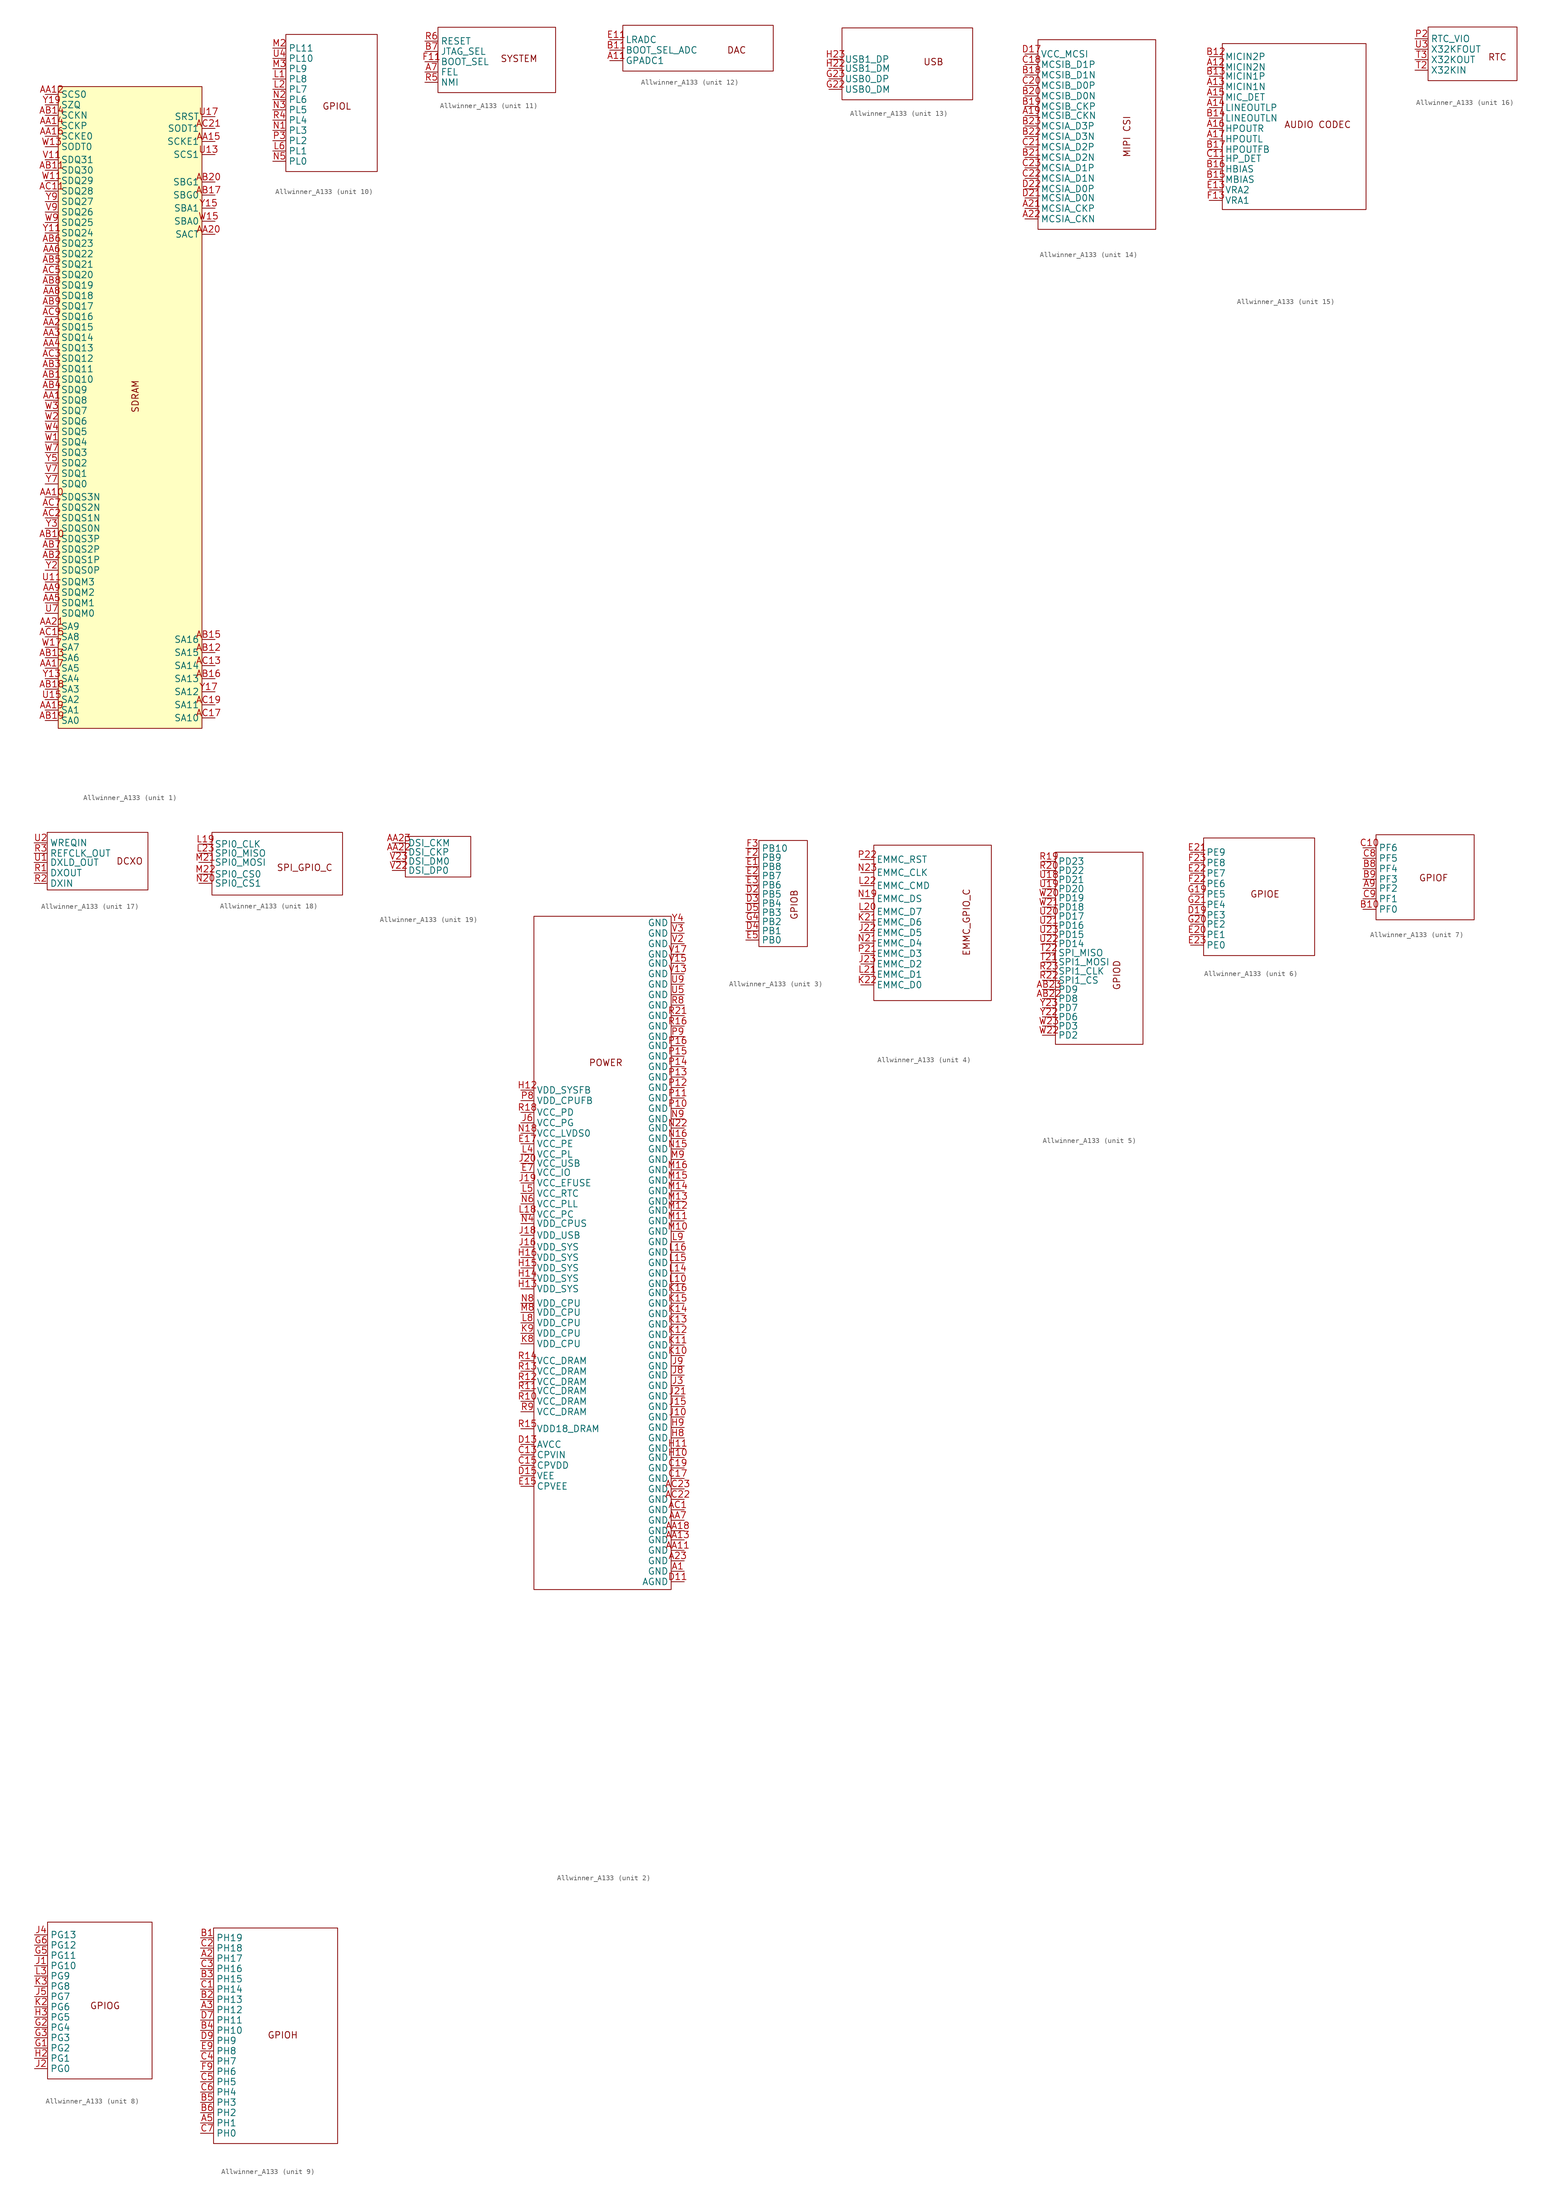
<source format=kicad_sym>
(kicad_symbol_lib
  (version 20241209)
  (generator "kicad_symbol_editor")
  (generator_version "9.0")
  (symbol "Allwinner_A133"
    (property "Reference" "U"
      (at -13.716 -64.262 0)
      (effects (font (size 1.27 1.27)) (hide yes)))
    (property "Value" ""
      (at 0 0 0)
      (effects (font (size 1.27 1.27))))
    (property "ki_locked" ""
      (at 0 0 0)
      (effects (font (size 1.27 1.27))))
    (symbol "Allwinner_A133_1_0"
      (pin output line (at -17.78 59.182 0) (length 2.54) (name "SCS0" (effects (font (size 1.27 1.27)))) (number "AA12" (effects (font (size 1.27 1.27)))))
      (pin output line (at -17.78 57.15 0) (length 2.54) (name "SZQ" (effects (font (size 1.27 1.27)))) (number "Y19" (effects (font (size 1.27 1.27)))))
      (pin output line (at -17.78 55.118 0) (length 2.54) (name "SCKN" (effects (font (size 1.27 1.27)))) (number "AB14" (effects (font (size 1.27 1.27)))))
      (pin output line (at -17.78 53.086 0) (length 2.54) (name "SCKP" (effects (font (size 1.27 1.27)))) (number "AA14" (effects (font (size 1.27 1.27)))))
      (pin output line (at -17.78 51.054 0) (length 2.54) (name "SCKE0" (effects (font (size 1.27 1.27)))) (number "AA16" (effects (font (size 1.27 1.27)))))
      (pin output line (at -17.78 49.022 0) (length 2.54) (name "SODT0" (effects (font (size 1.27 1.27)))) (number "W13" (effects (font (size 1.27 1.27)))))
      (pin bidirectional line (at -17.78 46.482 0) (length 2.54) (name "SDQ31" (effects (font (size 1.27 1.27)))) (number "V11" (effects (font (size 1.27 1.27)))))
      (pin bidirectional line (at -17.78 44.45 0) (length 2.54) (name "SDQ30" (effects (font (size 1.27 1.27)))) (number "AB11" (effects (font (size 1.27 1.27)))))
      (pin bidirectional line (at -17.78 42.418 0) (length 2.54) (name "SDQ29" (effects (font (size 1.27 1.27)))) (number "W11" (effects (font (size 1.27 1.27)))))
      (pin bidirectional line (at -17.78 40.386 0) (length 2.54) (name "SDQ28" (effects (font (size 1.27 1.27)))) (number "AC11" (effects (font (size 1.27 1.27)))))
      (pin bidirectional line (at -17.78 38.354 0) (length 2.54) (name "SDQ27" (effects (font (size 1.27 1.27)))) (number "Y9" (effects (font (size 1.27 1.27)))))
      (pin bidirectional line (at -17.78 36.322 0) (length 2.54) (name "SDQ26" (effects (font (size 1.27 1.27)))) (number "V9" (effects (font (size 1.27 1.27)))))
      (pin bidirectional line (at -17.78 34.29 0) (length 2.54) (name "SDQ25" (effects (font (size 1.27 1.27)))) (number "W9" (effects (font (size 1.27 1.27)))))
      (pin bidirectional line (at -17.78 32.258 0) (length 2.54) (name "SDQ24" (effects (font (size 1.27 1.27)))) (number "Y11" (effects (font (size 1.27 1.27)))))
      (pin bidirectional line (at -17.78 30.226 0) (length 2.54) (name "SDQ23" (effects (font (size 1.27 1.27)))) (number "AB6" (effects (font (size 1.27 1.27)))))
      (pin bidirectional line (at -17.78 28.194 0) (length 2.54) (name "SDQ22" (effects (font (size 1.27 1.27)))) (number "AA6" (effects (font (size 1.27 1.27)))))
      (pin bidirectional line (at -17.78 26.162 0) (length 2.54) (name "SDQ21" (effects (font (size 1.27 1.27)))) (number "AB5" (effects (font (size 1.27 1.27)))))
      (pin bidirectional line (at -17.78 24.13 0) (length 2.54) (name "SDQ20" (effects (font (size 1.27 1.27)))) (number "AC5" (effects (font (size 1.27 1.27)))))
      (pin bidirectional line (at -17.78 22.098 0) (length 2.54) (name "SDQ19" (effects (font (size 1.27 1.27)))) (number "AB8" (effects (font (size 1.27 1.27)))))
      (pin bidirectional line (at -17.78 20.066 0) (length 2.54) (name "SDQ18" (effects (font (size 1.27 1.27)))) (number "AA8" (effects (font (size 1.27 1.27)))))
      (pin bidirectional line (at -17.78 18.034 0) (length 2.54) (name "SDQ17" (effects (font (size 1.27 1.27)))) (number "AB9" (effects (font (size 1.27 1.27)))))
      (pin bidirectional line (at -17.78 16.002 0) (length 2.54) (name "SDQ16" (effects (font (size 1.27 1.27)))) (number "AC9" (effects (font (size 1.27 1.27)))))
      (pin bidirectional line (at -17.78 13.97 0) (length 2.54) (name "SDQ15" (effects (font (size 1.27 1.27)))) (number "AA2" (effects (font (size 1.27 1.27)))))
      (pin bidirectional line (at -17.78 11.938 0) (length 2.54) (name "SDQ14" (effects (font (size 1.27 1.27)))) (number "AA3" (effects (font (size 1.27 1.27)))))
      (pin bidirectional line (at -17.78 9.906 0) (length 2.54) (name "SDQ13" (effects (font (size 1.27 1.27)))) (number "AA4" (effects (font (size 1.27 1.27)))))
      (pin bidirectional line (at -17.78 7.874 0) (length 2.54) (name "SDQ12" (effects (font (size 1.27 1.27)))) (number "AC3" (effects (font (size 1.27 1.27)))))
      (pin bidirectional line (at -17.78 5.842 0) (length 2.54) (name "SDQ11" (effects (font (size 1.27 1.27)))) (number "AB3" (effects (font (size 1.27 1.27)))))
      (pin bidirectional line (at -17.78 3.81 0) (length 2.54) (name "SDQ10" (effects (font (size 1.27 1.27)))) (number "AB1" (effects (font (size 1.27 1.27)))))
      (pin bidirectional line (at -17.78 1.778 0) (length 2.54) (name "SDQ9" (effects (font (size 1.27 1.27)))) (number "AB4" (effects (font (size 1.27 1.27)))))
      (pin bidirectional line (at -17.78 -0.254 0) (length 2.54) (name "SDQ8" (effects (font (size 1.27 1.27)))) (number "AA1" (effects (font (size 1.27 1.27)))))
      (pin bidirectional line (at -17.78 -2.286 0) (length 2.54) (name "SDQ7" (effects (font (size 1.27 1.27)))) (number "W3" (effects (font (size 1.27 1.27)))))
      (pin bidirectional line (at -17.78 -4.318 0) (length 2.54) (name "SDQ6" (effects (font (size 1.27 1.27)))) (number "W2" (effects (font (size 1.27 1.27)))))
      (pin bidirectional line (at -17.78 -6.35 0) (length 2.54) (name "SDQ5" (effects (font (size 1.27 1.27)))) (number "W4" (effects (font (size 1.27 1.27)))))
      (pin bidirectional line (at -17.78 -8.382 0) (length 2.54) (name "SDQ4" (effects (font (size 1.27 1.27)))) (number "W1" (effects (font (size 1.27 1.27)))))
      (pin bidirectional line (at -17.78 -10.414 0) (length 2.54) (name "SDQ3" (effects (font (size 1.27 1.27)))) (number "W7" (effects (font (size 1.27 1.27)))))
      (pin bidirectional line (at -17.78 -12.446 0) (length 2.54) (name "SDQ2" (effects (font (size 1.27 1.27)))) (number "Y5" (effects (font (size 1.27 1.27)))))
      (pin bidirectional line (at -17.78 -14.478 0) (length 2.54) (name "SDQ1" (effects (font (size 1.27 1.27)))) (number "V7" (effects (font (size 1.27 1.27)))))
      (pin bidirectional line (at -17.78 -16.51 0) (length 2.54) (name "SDQ0" (effects (font (size 1.27 1.27)))) (number "Y7" (effects (font (size 1.27 1.27)))))
      (pin bidirectional line (at -17.78 -19.05 0) (length 2.54) (name "SDQS3N" (effects (font (size 1.27 1.27)))) (number "AA10" (effects (font (size 1.27 1.27)))))
      (pin bidirectional line (at -17.78 -21.082 0) (length 2.54) (name "SDQS2N" (effects (font (size 1.27 1.27)))) (number "AC7" (effects (font (size 1.27 1.27)))))
      (pin bidirectional line (at -17.78 -23.114 0) (length 2.54) (name "SDQS1N" (effects (font (size 1.27 1.27)))) (number "AC2" (effects (font (size 1.27 1.27)))))
      (pin bidirectional line (at -17.78 -25.146 0) (length 2.54) (name "SDQS0N" (effects (font (size 1.27 1.27)))) (number "Y3" (effects (font (size 1.27 1.27)))))
      (pin bidirectional line (at -17.78 -27.178 0) (length 2.54) (name "SDQS3P" (effects (font (size 1.27 1.27)))) (number "AB10" (effects (font (size 1.27 1.27)))))
      (pin bidirectional line (at -17.78 -29.21 0) (length 2.54) (name "SDQS2P" (effects (font (size 1.27 1.27)))) (number "AB7" (effects (font (size 1.27 1.27)))))
      (pin bidirectional line (at -17.78 -31.242 0) (length 2.54) (name "SDQS1P" (effects (font (size 1.27 1.27)))) (number "AB2" (effects (font (size 1.27 1.27)))))
      (pin bidirectional line (at -17.78 -33.274 0) (length 2.54) (name "SDQS0P" (effects (font (size 1.27 1.27)))) (number "Y2" (effects (font (size 1.27 1.27)))))
      (pin output line (at -17.78 -35.56 0) (length 2.54) (name "SDQM3" (effects (font (size 1.27 1.27)))) (number "U11" (effects (font (size 1.27 1.27)))))
      (pin output line (at -17.78 -37.592 0) (length 2.54) (name "SDQM2" (effects (font (size 1.27 1.27)))) (number "AA9" (effects (font (size 1.27 1.27)))))
      (pin output line (at -17.78 -39.624 0) (length 2.54) (name "SDQM1" (effects (font (size 1.27 1.27)))) (number "AA5" (effects (font (size 1.27 1.27)))))
      (pin output line (at -17.78 -41.656 0) (length 2.54) (name "SDQM0" (effects (font (size 1.27 1.27)))) (number "U7" (effects (font (size 1.27 1.27)))))
      (pin output line (at -17.78 -44.196 0) (length 2.54) (name "SA9" (effects (font (size 1.27 1.27)))) (number "AA21" (effects (font (size 1.27 1.27)))))
      (pin output line (at -17.78 -46.228 0) (length 2.54) (name "SA8" (effects (font (size 1.27 1.27)))) (number "AC15" (effects (font (size 1.27 1.27)))))
      (pin output line (at -17.78 -48.26 0) (length 2.54) (name "SA7" (effects (font (size 1.27 1.27)))) (number "W17" (effects (font (size 1.27 1.27)))))
      (pin output line (at -17.78 -50.292 0) (length 2.54) (name "SA6" (effects (font (size 1.27 1.27)))) (number "AB13" (effects (font (size 1.27 1.27)))))
      (pin output line (at -17.78 -52.324 0) (length 2.54) (name "SA5" (effects (font (size 1.27 1.27)))) (number "AA17" (effects (font (size 1.27 1.27)))))
      (pin output line (at -17.78 -54.356 0) (length 2.54) (name "SA4" (effects (font (size 1.27 1.27)))) (number "Y13" (effects (font (size 1.27 1.27)))))
      (pin output line (at -17.78 -56.388 0) (length 2.54) (name "SA3" (effects (font (size 1.27 1.27)))) (number "AB18" (effects (font (size 1.27 1.27)))))
      (pin output line (at -17.78 -58.42 0) (length 2.54) (name "SA2" (effects (font (size 1.27 1.27)))) (number "U15" (effects (font (size 1.27 1.27)))))
      (pin output line (at -17.78 -60.452 0) (length 2.54) (name "SA1" (effects (font (size 1.27 1.27)))) (number "AA19" (effects (font (size 1.27 1.27)))))
      (pin output line (at -17.78 -62.484 0) (length 2.54) (name "SA0" (effects (font (size 1.27 1.27)))) (number "AB19" (effects (font (size 1.27 1.27)))))
      (pin output line (at 15.24 54.864 180) (length 2.54) (name "SRST" (effects (font (size 1.27 1.27)))) (number "U17" (effects (font (size 1.27 1.27)))))
      (pin output line (at 15.24 52.578 180) (length 2.54) (name "SODT1" (effects (font (size 1.27 1.27)))) (number "AC21" (effects (font (size 1.27 1.27)))))
      (pin output line (at 15.24 50.038 180) (length 2.54) (name "SCKE1" (effects (font (size 1.27 1.27)))) (number "AA15" (effects (font (size 1.27 1.27)))))
      (pin output line (at 15.24 47.498 180) (length 2.54) (name "SCS1" (effects (font (size 1.27 1.27)))) (number "U13" (effects (font (size 1.27 1.27)))))
      (pin output line (at 15.24 42.164 180) (length 2.54) (name "SBG1" (effects (font (size 1.27 1.27)))) (number "AB20" (effects (font (size 1.27 1.27)))))
      (pin output line (at 15.24 39.624 180) (length 2.54) (name "SBG0" (effects (font (size 1.27 1.27)))) (number "AB17" (effects (font (size 1.27 1.27)))))
      (pin output line (at 15.24 37.084 180) (length 2.54) (name "SBA1" (effects (font (size 1.27 1.27)))) (number "Y15" (effects (font (size 1.27 1.27)))))
      (pin output line (at 15.24 34.544 180) (length 2.54) (name "SBA0" (effects (font (size 1.27 1.27)))) (number "W15" (effects (font (size 1.27 1.27)))))
      (pin output line (at 15.24 32.004 180) (length 2.54) (name "SACT" (effects (font (size 1.27 1.27)))) (number "AA20" (effects (font (size 1.27 1.27)))))
      (pin output line (at 15.24 -46.736 180) (length 2.54) (name "SA16" (effects (font (size 1.27 1.27)))) (number "AB15" (effects (font (size 1.27 1.27)))))
      (pin output line (at 15.24 -49.276 180) (length 2.54) (name "SA15" (effects (font (size 1.27 1.27)))) (number "AB12" (effects (font (size 1.27 1.27)))))
      (pin output line (at 15.24 -51.816 180) (length 2.54) (name "SA14" (effects (font (size 1.27 1.27)))) (number "AC13" (effects (font (size 1.27 1.27)))))
      (pin output line (at 15.24 -54.356 180) (length 2.54) (name "SA13" (effects (font (size 1.27 1.27)))) (number "AB16" (effects (font (size 1.27 1.27)))))
      (pin output line (at 15.24 -56.896 180) (length 2.54) (name "SA12" (effects (font (size 1.27 1.27)))) (number "Y17" (effects (font (size 1.27 1.27)))))
      (pin output line (at 15.24 -59.436 180) (length 2.54) (name "SA11" (effects (font (size 1.27 1.27)))) (number "AC19" (effects (font (size 1.27 1.27)))))
      (pin output line (at 15.24 -61.976 180) (length 2.54) (name "SA10" (effects (font (size 1.27 1.27)))) (number "AC17" (effects (font (size 1.27 1.27))))))
    (symbol "Allwinner_A133_1_1"
      (rectangle (start -15.24 60.706) (end 12.7 -64.008) (stroke (width 0) (type solid)) (fill (type background)))
      (text "SDRAM" (at -0.254 0.508 900) (effects (font (size 1.27 1.27)))))
    (symbol "Allwinner_A133_2_0"
      (rectangle (start -13.97 168.656) (end 12.7 37.846) (stroke (width 0) (type default)) (fill (type none)))
      (text "POWER" (at 0 140.208 0) (effects (font (size 1.27 1.27))))
      (pin bidirectional line (at -16.51 134.874 0) (length 2.54) (name "VDD_SYSFB" (effects (font (size 1.27 1.27)))) (number "H12" (effects (font (size 1.27 1.27)))))
      (pin bidirectional line (at -16.51 132.842 0) (length 2.54) (name "VDD_CPUFB" (effects (font (size 1.27 1.27)))) (number "P8" (effects (font (size 1.27 1.27)))))
      (pin bidirectional line (at -16.51 130.556 0) (length 2.54) (name "VCC_PD" (effects (font (size 1.27 1.27)))) (number "R18" (effects (font (size 1.27 1.27)))))
      (pin bidirectional line (at -16.51 128.524 0) (length 2.54) (name "VCC_PG" (effects (font (size 1.27 1.27)))) (number "J6" (effects (font (size 1.27 1.27)))))
      (pin bidirectional line (at -16.51 126.492 0) (length 2.54) (name "VCC_LVDS0" (effects (font (size 1.27 1.27)))) (number "N18" (effects (font (size 1.27 1.27)))))
      (pin bidirectional line (at -16.51 124.46 0) (length 2.54) (name "VCC_PE" (effects (font (size 1.27 1.27)))) (number "E17" (effects (font (size 1.27 1.27)))))
      (pin bidirectional line (at -16.51 122.428 0) (length 2.54) (name "VCC_PL" (effects (font (size 1.27 1.27)))) (number "L4" (effects (font (size 1.27 1.27)))))
      (pin power_in line (at -16.51 120.65 0) (length 2.54) (name "VCC_USB" (effects (font (size 1.27 1.27)))) (number "J20" (effects (font (size 1.27 1.27)))))
      (pin bidirectional line (at -16.51 118.872 0) (length 2.54) (name "VCC_IO" (effects (font (size 1.27 1.27)))) (number "E7" (effects (font (size 1.27 1.27)))))
      (pin bidirectional line (at -16.51 116.84 0) (length 2.54) (name "VCC_EFUSE" (effects (font (size 1.27 1.27)))) (number "J19" (effects (font (size 1.27 1.27)))))
      (pin bidirectional line (at -16.51 114.808 0) (length 2.54) (name "VCC_RTC" (effects (font (size 1.27 1.27)))) (number "L5" (effects (font (size 1.27 1.27)))))
      (pin bidirectional line (at -16.51 112.776 0) (length 2.54) (name "VCC_PLL" (effects (font (size 1.27 1.27)))) (number "N6" (effects (font (size 1.27 1.27)))))
      (pin bidirectional line (at -16.51 110.744 0) (length 2.54) (name "VCC_PC" (effects (font (size 1.27 1.27)))) (number "L18" (effects (font (size 1.27 1.27)))))
      (pin bidirectional line (at -16.51 108.966 0) (length 2.54) (name "VDD_CPUS" (effects (font (size 1.27 1.27)))) (number "N4" (effects (font (size 1.27 1.27)))))
      (pin power_in line (at -16.51 106.68 0) (length 2.54) (name "VDD_USB" (effects (font (size 1.27 1.27)))) (number "J18" (effects (font (size 1.27 1.27)))))
      (pin bidirectional line (at -16.51 104.394 0) (length 2.54) (name "VDD_SYS" (effects (font (size 1.27 1.27)))) (number "J16" (effects (font (size 1.27 1.27)))))
      (pin bidirectional line (at -16.51 102.362 0) (length 2.54) (name "VDD_SYS" (effects (font (size 1.27 1.27)))) (number "H16" (effects (font (size 1.27 1.27)))))
      (pin bidirectional line (at -16.51 100.33 0) (length 2.54) (name "VDD_SYS" (effects (font (size 1.27 1.27)))) (number "H15" (effects (font (size 1.27 1.27)))))
      (pin bidirectional line (at -16.51 98.298 0) (length 2.54) (name "VDD_SYS" (effects (font (size 1.27 1.27)))) (number "H14" (effects (font (size 1.27 1.27)))))
      (pin bidirectional line (at -16.51 96.266 0) (length 2.54) (name "VDD_SYS" (effects (font (size 1.27 1.27)))) (number "H13" (effects (font (size 1.27 1.27)))))
      (pin bidirectional line (at -16.51 93.472 0) (length 2.54) (name "VDD_CPU" (effects (font (size 1.27 1.27)))) (number "N8" (effects (font (size 1.27 1.27)))))
      (pin bidirectional line (at -16.51 91.694 0) (length 2.54) (name "VDD_CPU" (effects (font (size 1.27 1.27)))) (number "M8" (effects (font (size 1.27 1.27)))))
      (pin bidirectional line (at -16.51 89.662 0) (length 2.54) (name "VDD_CPU" (effects (font (size 1.27 1.27)))) (number "L8" (effects (font (size 1.27 1.27)))))
      (pin bidirectional line (at -16.51 87.63 0) (length 2.54) (name "VDD_CPU" (effects (font (size 1.27 1.27)))) (number "K9" (effects (font (size 1.27 1.27)))))
      (pin bidirectional line (at -16.51 85.598 0) (length 2.54) (name "VDD_CPU" (effects (font (size 1.27 1.27)))) (number "K8" (effects (font (size 1.27 1.27)))))
      (pin bidirectional line (at -16.51 82.296 0) (length 2.54) (name "VCC_DRAM" (effects (font (size 1.27 1.27)))) (number "R14" (effects (font (size 1.27 1.27)))))
      (pin bidirectional line (at -16.51 80.264 0) (length 2.54) (name "VCC_DRAM" (effects (font (size 1.27 1.27)))) (number "R13" (effects (font (size 1.27 1.27)))))
      (pin bidirectional line (at -16.51 78.232 0) (length 2.54) (name "VCC_DRAM" (effects (font (size 1.27 1.27)))) (number "R12" (effects (font (size 1.27 1.27)))))
      (pin bidirectional line (at -16.51 76.454 0) (length 2.54) (name "VCC_DRAM" (effects (font (size 1.27 1.27)))) (number "R11" (effects (font (size 1.27 1.27)))))
      (pin bidirectional line (at -16.51 74.422 0) (length 2.54) (name "VCC_DRAM" (effects (font (size 1.27 1.27)))) (number "R10" (effects (font (size 1.27 1.27)))))
      (pin bidirectional line (at -16.51 72.39 0) (length 2.54) (name "VCC_DRAM" (effects (font (size 1.27 1.27)))) (number "R9" (effects (font (size 1.27 1.27)))))
      (pin bidirectional line (at -16.51 69.088 0) (length 2.54) (name "VDD18_DRAM" (effects (font (size 1.27 1.27)))) (number "R15" (effects (font (size 1.27 1.27)))))
      (pin bidirectional line (at -16.51 66.04 0) (length 2.54) (name "AVCC" (effects (font (size 1.27 1.27)))) (number "D13" (effects (font (size 1.27 1.27)))))
      (pin bidirectional line (at -16.51 64.008 0) (length 2.54) (name "CPVIN" (effects (font (size 1.27 1.27)))) (number "C13" (effects (font (size 1.27 1.27)))))
      (pin bidirectional line (at -16.51 61.976 0) (length 2.54) (name "CPVDD" (effects (font (size 1.27 1.27)))) (number "C15" (effects (font (size 1.27 1.27)))))
      (pin bidirectional line (at -16.51 59.944 0) (length 2.54) (name "VEE" (effects (font (size 1.27 1.27)))) (number "D15" (effects (font (size 1.27 1.27)))))
      (pin bidirectional line (at -16.51 57.912 0) (length 2.54) (name "CPVEE" (effects (font (size 1.27 1.27)))) (number "E15" (effects (font (size 1.27 1.27)))))
      (pin power_in line (at 15.24 167.386 180) (length 2.54) (name "GND" (effects (font (size 1.27 1.27)))) (number "Y4" (effects (font (size 1.27 1.27)))))
      (pin power_in line (at 15.24 165.354 180) (length 2.54) (name "GND" (effects (font (size 1.27 1.27)))) (number "V3" (effects (font (size 1.27 1.27)))))
      (pin power_in line (at 15.24 163.322 180) (length 2.54) (name "GND" (effects (font (size 1.27 1.27)))) (number "V2" (effects (font (size 1.27 1.27)))))
      (pin power_in line (at 15.24 161.29 180) (length 2.54) (name "GND" (effects (font (size 1.27 1.27)))) (number "V17" (effects (font (size 1.27 1.27)))))
      (pin power_in line (at 15.24 159.512 180) (length 2.54) (name "GND" (effects (font (size 1.27 1.27)))) (number "V15" (effects (font (size 1.27 1.27)))))
      (pin power_in line (at 15.24 157.48 180) (length 2.54) (name "GND" (effects (font (size 1.27 1.27)))) (number "V13" (effects (font (size 1.27 1.27)))))
      (pin power_in line (at 15.24 155.448 180) (length 2.54) (name "GND" (effects (font (size 1.27 1.27)))) (number "U9" (effects (font (size 1.27 1.27)))))
      (pin power_in line (at 15.24 153.416 180) (length 2.54) (name "GND" (effects (font (size 1.27 1.27)))) (number "U5" (effects (font (size 1.27 1.27)))))
      (pin power_in line (at 15.24 151.384 180) (length 2.54) (name "GND" (effects (font (size 1.27 1.27)))) (number "R8" (effects (font (size 1.27 1.27)))))
      (pin power_in line (at 15.24 149.352 180) (length 2.54) (name "GND" (effects (font (size 1.27 1.27)))) (number "R21" (effects (font (size 1.27 1.27)))))
      (pin power_in line (at 15.24 147.32 180) (length 2.54) (name "GND" (effects (font (size 1.27 1.27)))) (number "R16" (effects (font (size 1.27 1.27)))))
      (pin power_in line (at 15.24 145.288 180) (length 2.54) (name "GND" (effects (font (size 1.27 1.27)))) (number "P9" (effects (font (size 1.27 1.27)))))
      (pin power_in line (at 15.24 143.51 180) (length 2.54) (name "GND" (effects (font (size 1.27 1.27)))) (number "P16" (effects (font (size 1.27 1.27)))))
      (pin power_in line (at 15.24 141.478 180) (length 2.54) (name "GND" (effects (font (size 1.27 1.27)))) (number "P15" (effects (font (size 1.27 1.27)))))
      (pin power_in line (at 15.24 139.446 180) (length 2.54) (name "GND" (effects (font (size 1.27 1.27)))) (number "P14" (effects (font (size 1.27 1.27)))))
      (pin power_in line (at 15.24 137.414 180) (length 2.54) (name "GND" (effects (font (size 1.27 1.27)))) (number "P13" (effects (font (size 1.27 1.27)))))
      (pin power_in line (at 15.24 135.382 180) (length 2.54) (name "GND" (effects (font (size 1.27 1.27)))) (number "P12" (effects (font (size 1.27 1.27)))))
      (pin power_in line (at 15.24 133.35 180) (length 2.54) (name "GND" (effects (font (size 1.27 1.27)))) (number "P11" (effects (font (size 1.27 1.27)))))
      (pin power_in line (at 15.24 131.318 180) (length 2.54) (name "GND" (effects (font (size 1.27 1.27)))) (number "P10" (effects (font (size 1.27 1.27)))))
      (pin power_in line (at 15.24 129.286 180) (length 2.54) (name "GND" (effects (font (size 1.27 1.27)))) (number "N9" (effects (font (size 1.27 1.27)))))
      (pin power_in line (at 15.24 127.508 180) (length 2.54) (name "GND" (effects (font (size 1.27 1.27)))) (number "N22" (effects (font (size 1.27 1.27)))))
      (pin power_in line (at 15.24 125.476 180) (length 2.54) (name "GND" (effects (font (size 1.27 1.27)))) (number "N16" (effects (font (size 1.27 1.27)))))
      (pin power_in line (at 15.24 123.444 180) (length 2.54) (name "GND" (effects (font (size 1.27 1.27)))) (number "N15" (effects (font (size 1.27 1.27)))))
      (pin power_in line (at 15.24 121.412 180) (length 2.54) (name "GND" (effects (font (size 1.27 1.27)))) (number "M9" (effects (font (size 1.27 1.27)))))
      (pin power_in line (at 15.24 119.38 180) (length 2.54) (name "GND" (effects (font (size 1.27 1.27)))) (number "M16" (effects (font (size 1.27 1.27)))))
      (pin power_in line (at 15.24 117.348 180) (length 2.54) (name "GND" (effects (font (size 1.27 1.27)))) (number "M15" (effects (font (size 1.27 1.27)))))
      (pin power_in line (at 15.24 115.316 180) (length 2.54) (name "GND" (effects (font (size 1.27 1.27)))) (number "M14" (effects (font (size 1.27 1.27)))))
      (pin power_in line (at 15.24 113.284 180) (length 2.54) (name "GND" (effects (font (size 1.27 1.27)))) (number "M13" (effects (font (size 1.27 1.27)))))
      (pin power_in line (at 15.24 111.506 180) (length 2.54) (name "GND" (effects (font (size 1.27 1.27)))) (number "M12" (effects (font (size 1.27 1.27)))))
      (pin power_in line (at 15.24 109.474 180) (length 2.54) (name "GND" (effects (font (size 1.27 1.27)))) (number "M11" (effects (font (size 1.27 1.27)))))
      (pin power_in line (at 15.24 107.442 180) (length 2.54) (name "GND" (effects (font (size 1.27 1.27)))) (number "M10" (effects (font (size 1.27 1.27)))))
      (pin power_in line (at 15.24 105.41 180) (length 2.54) (name "GND" (effects (font (size 1.27 1.27)))) (number "L9" (effects (font (size 1.27 1.27)))))
      (pin power_in line (at 15.24 103.378 180) (length 2.54) (name "GND" (effects (font (size 1.27 1.27)))) (number "L16" (effects (font (size 1.27 1.27)))))
      (pin power_in line (at 15.24 101.346 180) (length 2.54) (name "GND" (effects (font (size 1.27 1.27)))) (number "L15" (effects (font (size 1.27 1.27)))))
      (pin power_in line (at 15.24 99.314 180) (length 2.54) (name "GND" (effects (font (size 1.27 1.27)))) (number "L14" (effects (font (size 1.27 1.27)))))
      (pin power_in line (at 15.24 97.282 180) (length 2.54) (name "GND" (effects (font (size 1.27 1.27)))) (number "L10" (effects (font (size 1.27 1.27)))))
      (pin power_in line (at 15.24 95.504 180) (length 2.54) (name "GND" (effects (font (size 1.27 1.27)))) (number "K16" (effects (font (size 1.27 1.27)))))
      (pin power_in line (at 15.24 93.472 180) (length 2.54) (name "GND" (effects (font (size 1.27 1.27)))) (number "K15" (effects (font (size 1.27 1.27)))))
      (pin power_in line (at 15.24 91.44 180) (length 2.54) (name "GND" (effects (font (size 1.27 1.27)))) (number "K14" (effects (font (size 1.27 1.27)))))
      (pin power_in line (at 15.24 89.408 180) (length 2.54) (name "GND" (effects (font (size 1.27 1.27)))) (number "K13" (effects (font (size 1.27 1.27)))))
      (pin power_in line (at 15.24 87.376 180) (length 2.54) (name "GND" (effects (font (size 1.27 1.27)))) (number "K12" (effects (font (size 1.27 1.27)))))
      (pin power_in line (at 15.24 85.344 180) (length 2.54) (name "GND" (effects (font (size 1.27 1.27)))) (number "K11" (effects (font (size 1.27 1.27)))))
      (pin power_in line (at 15.24 83.312 180) (length 2.54) (name "GND" (effects (font (size 1.27 1.27)))) (number "K10" (effects (font (size 1.27 1.27)))))
      (pin power_in line (at 15.24 81.28 180) (length 2.54) (name "GND" (effects (font (size 1.27 1.27)))) (number "J9" (effects (font (size 1.27 1.27)))))
      (pin power_in line (at 15.24 79.502 180) (length 2.54) (name "GND" (effects (font (size 1.27 1.27)))) (number "J8" (effects (font (size 1.27 1.27)))))
      (pin power_in line (at 15.24 77.47 180) (length 2.54) (name "GND" (effects (font (size 1.27 1.27)))) (number "J3" (effects (font (size 1.27 1.27)))))
      (pin power_in line (at 15.24 75.438 180) (length 2.54) (name "GND" (effects (font (size 1.27 1.27)))) (number "J21" (effects (font (size 1.27 1.27)))))
      (pin power_in line (at 15.24 73.406 180) (length 2.54) (name "GND" (effects (font (size 1.27 1.27)))) (number "J15" (effects (font (size 1.27 1.27)))))
      (pin power_in line (at 15.24 71.374 180) (length 2.54) (name "GND" (effects (font (size 1.27 1.27)))) (number "J10" (effects (font (size 1.27 1.27)))))
      (pin power_in line (at 15.24 69.342 180) (length 2.54) (name "GND" (effects (font (size 1.27 1.27)))) (number "H9" (effects (font (size 1.27 1.27)))))
      (pin power_in line (at 15.24 67.31 180) (length 2.54) (name "GND" (effects (font (size 1.27 1.27)))) (number "H8" (effects (font (size 1.27 1.27)))))
      (pin power_in line (at 15.24 65.278 180) (length 2.54) (name "GND" (effects (font (size 1.27 1.27)))) (number "H11" (effects (font (size 1.27 1.27)))))
      (pin power_in line (at 15.24 63.5 180) (length 2.54) (name "GND" (effects (font (size 1.27 1.27)))) (number "H10" (effects (font (size 1.27 1.27)))))
      (pin power_in line (at 15.24 61.468 180) (length 2.54) (name "GND" (effects (font (size 1.27 1.27)))) (number "C19" (effects (font (size 1.27 1.27)))))
      (pin power_in line (at 15.24 59.436 180) (length 2.54) (name "GND" (effects (font (size 1.27 1.27)))) (number "C17" (effects (font (size 1.27 1.27)))))
      (pin power_in line (at 15.24 57.404 180) (length 2.54) (name "GND" (effects (font (size 1.27 1.27)))) (number "AC23" (effects (font (size 1.27 1.27)))))
      (pin power_in line (at 15.24 55.372 180) (length 2.54) (name "GND" (effects (font (size 1.27 1.27)))) (number "AC22" (effects (font (size 1.27 1.27)))))
      (pin power_in line (at 15.24 53.34 180) (length 2.54) (name "GND" (effects (font (size 1.27 1.27)))) (number "AC1" (effects (font (size 1.27 1.27)))))
      (pin power_in line (at 15.24 51.308 180) (length 2.54) (name "GND" (effects (font (size 1.27 1.27)))) (number "AA7" (effects (font (size 1.27 1.27)))))
      (pin power_in line (at 15.24 49.276 180) (length 2.54) (name "GND" (effects (font (size 1.27 1.27)))) (number "AA18" (effects (font (size 1.27 1.27)))))
      (pin power_in line (at 15.24 47.498 180) (length 2.54) (name "GND" (effects (font (size 1.27 1.27)))) (number "AA13" (effects (font (size 1.27 1.27)))))
      (pin power_in line (at 15.24 45.466 180) (length 2.54) (name "GND" (effects (font (size 1.27 1.27)))) (number "AA11" (effects (font (size 1.27 1.27)))))
      (pin power_in line (at 15.24 43.434 180) (length 2.54) (name "GND" (effects (font (size 1.27 1.27)))) (number "A23" (effects (font (size 1.27 1.27)))))
      (pin power_in line (at 15.24 41.402 180) (length 2.54) (name "GND" (effects (font (size 1.27 1.27)))) (number "A1" (effects (font (size 1.27 1.27)))))
      (pin power_in line (at 15.24 39.37 180) (length 2.54) (name "AGND" (effects (font (size 1.27 1.27)))) (number "D11" (effects (font (size 1.27 1.27))))))
    (symbol "Allwinner_A133_3_0"
      (pin bidirectional line (at 0 22.606 0) (length 2.54) (name "PB10" (effects (font (size 1.27 1.27)))) (number "F3" (effects (font (size 1.27 1.27)))))
      (pin bidirectional line (at 0 20.828 0) (length 2.54) (name "PB9" (effects (font (size 1.27 1.27)))) (number "F2" (effects (font (size 1.27 1.27)))))
      (pin bidirectional line (at 0 19.05 0) (length 2.54) (name "PB8" (effects (font (size 1.27 1.27)))) (number "E1" (effects (font (size 1.27 1.27)))))
      (pin bidirectional line (at 0 17.272 0) (length 2.54) (name "PB7" (effects (font (size 1.27 1.27)))) (number "E2" (effects (font (size 1.27 1.27)))))
      (pin bidirectional line (at 0 15.494 0) (length 2.54) (name "PB6" (effects (font (size 1.27 1.27)))) (number "E3" (effects (font (size 1.27 1.27)))))
      (pin bidirectional line (at 0 13.716 0) (length 2.54) (name "PB5" (effects (font (size 1.27 1.27)))) (number "D2" (effects (font (size 1.27 1.27)))))
      (pin bidirectional line (at 0 11.938 0) (length 2.54) (name "PB4" (effects (font (size 1.27 1.27)))) (number "D3" (effects (font (size 1.27 1.27)))))
      (pin bidirectional line (at 0 10.16 0) (length 2.54) (name "PB3" (effects (font (size 1.27 1.27)))) (number "D5" (effects (font (size 1.27 1.27)))))
      (pin bidirectional line (at 0 8.382 0) (length 2.54) (name "PB2" (effects (font (size 1.27 1.27)))) (number "G4" (effects (font (size 1.27 1.27)))))
      (pin bidirectional line (at 0 6.604 0) (length 2.54) (name "PB1" (effects (font (size 1.27 1.27)))) (number "D4" (effects (font (size 1.27 1.27)))))
      (pin bidirectional line (at 0 4.826 0) (length 2.54) (name "PB0" (effects (font (size 1.27 1.27)))) (number "E5" (effects (font (size 1.27 1.27))))))
    (symbol "Allwinner_A133_3_1"
      (rectangle (start 2.54 24.13) (end 11.938 3.556) (stroke (width 0) (type default)) (fill (type none)))
      (text "GPIOB" (at 9.398 11.684 900) (effects (font (size 1.27 1.27)))))
    (symbol "Allwinner_A133_4_0"
      (pin bidirectional line (at 0 34.036 0) (length 2.54) (name "EMMC_RST" (effects (font (size 1.27 1.27)))) (number "P22" (effects (font (size 1.27 1.27)))))
      (pin bidirectional line (at 0 31.496 0) (length 2.54) (name "EMMC_CLK" (effects (font (size 1.27 1.27)))) (number "N23" (effects (font (size 1.27 1.27)))))
      (pin bidirectional line (at 0 28.956 0) (length 2.54) (name "EMMC_CMD" (effects (font (size 1.27 1.27)))) (number "L22" (effects (font (size 1.27 1.27)))))
      (pin bidirectional line (at 0 26.416 0) (length 2.54) (name "EMMC_DS" (effects (font (size 1.27 1.27)))) (number "N19" (effects (font (size 1.27 1.27)))))
      (pin bidirectional line (at 0 23.876 0) (length 2.54) (name "EMMC_D7" (effects (font (size 1.27 1.27)))) (number "L20" (effects (font (size 1.27 1.27)))))
      (pin bidirectional line (at 0 21.844 0) (length 2.54) (name "EMMC_D6" (effects (font (size 1.27 1.27)))) (number "K21" (effects (font (size 1.27 1.27)))))
      (pin bidirectional line (at 0 19.812 0) (length 2.54) (name "EMMC_D5" (effects (font (size 1.27 1.27)))) (number "J22" (effects (font (size 1.27 1.27)))))
      (pin bidirectional line (at 0 17.78 0) (length 2.54) (name "EMMC_D4" (effects (font (size 1.27 1.27)))) (number "N21" (effects (font (size 1.27 1.27)))))
      (pin bidirectional line (at 0 15.748 0) (length 2.54) (name "EMMC_D3" (effects (font (size 1.27 1.27)))) (number "P21" (effects (font (size 1.27 1.27)))))
      (pin bidirectional line (at 0 13.716 0) (length 2.54) (name "EMMC_D2" (effects (font (size 1.27 1.27)))) (number "J23" (effects (font (size 1.27 1.27)))))
      (pin bidirectional line (at 0 11.684 0) (length 2.54) (name "EMMC_D1" (effects (font (size 1.27 1.27)))) (number "L21" (effects (font (size 1.27 1.27)))))
      (pin bidirectional line (at 0 9.652 0) (length 2.54) (name "EMMC_D0" (effects (font (size 1.27 1.27)))) (number "K22" (effects (font (size 1.27 1.27))))))
    (symbol "Allwinner_A133_4_1"
      (rectangle (start 2.54 36.83) (end 25.4 6.604) (stroke (width 0) (type default)) (fill (type none)))
      (text "EMMC_GPIO_C\n" (at 20.574 21.844 900) (effects (font (size 1.27 1.27)))))
    (symbol "Allwinner_A133_5_0"
      (pin bidirectional line (at 0 48.006 0) (length 2.54) (name "PD23" (effects (font (size 1.27 1.27)))) (number "R19" (effects (font (size 1.27 1.27)))))
      (pin bidirectional line (at 0 46.228 0) (length 2.54) (name "PD22" (effects (font (size 1.27 1.27)))) (number "R20" (effects (font (size 1.27 1.27)))))
      (pin bidirectional line (at 0 44.45 0) (length 2.54) (name "PD21" (effects (font (size 1.27 1.27)))) (number "U18" (effects (font (size 1.27 1.27)))))
      (pin bidirectional line (at 0 42.672 0) (length 2.54) (name "PD20" (effects (font (size 1.27 1.27)))) (number "U19" (effects (font (size 1.27 1.27)))))
      (pin bidirectional line (at 0 40.894 0) (length 2.54) (name "PD19" (effects (font (size 1.27 1.27)))) (number "W20" (effects (font (size 1.27 1.27)))))
      (pin bidirectional line (at 0 39.116 0) (length 2.54) (name "PD18" (effects (font (size 1.27 1.27)))) (number "W21" (effects (font (size 1.27 1.27)))))
      (pin bidirectional line (at 0 37.338 0) (length 2.54) (name "PD17" (effects (font (size 1.27 1.27)))) (number "U20" (effects (font (size 1.27 1.27)))))
      (pin bidirectional line (at 0 35.56 0) (length 2.54) (name "PD16" (effects (font (size 1.27 1.27)))) (number "U21" (effects (font (size 1.27 1.27)))))
      (pin bidirectional line (at 0 33.782 0) (length 2.54) (name "PD15" (effects (font (size 1.27 1.27)))) (number "U23" (effects (font (size 1.27 1.27)))))
      (pin bidirectional line (at 0 32.004 0) (length 2.54) (name "PD14" (effects (font (size 1.27 1.27)))) (number "U22" (effects (font (size 1.27 1.27)))))
      (pin bidirectional line (at 0 30.226 0) (length 2.54) (name "SPI_MISO" (effects (font (size 1.27 1.27)))) (number "T22" (effects (font (size 1.27 1.27)))))
      (pin bidirectional line (at 0 28.448 0) (length 2.54) (name "SPI1_MOSI" (effects (font (size 1.27 1.27)))) (number "T21" (effects (font (size 1.27 1.27)))))
      (pin bidirectional line (at 0 26.67 0) (length 2.54) (name "SPI1_CLK" (effects (font (size 1.27 1.27)))) (number "R23" (effects (font (size 1.27 1.27)))))
      (pin bidirectional line (at 0 24.892 0) (length 2.54) (name "SPI1_CS" (effects (font (size 1.27 1.27)))) (number "R22" (effects (font (size 1.27 1.27)))))
      (pin bidirectional line (at 0 23.114 0) (length 2.54) (name "PD9" (effects (font (size 1.27 1.27)))) (number "AB23" (effects (font (size 1.27 1.27)))))
      (pin bidirectional line (at 0 21.336 0) (length 2.54) (name "PD8" (effects (font (size 1.27 1.27)))) (number "AB22" (effects (font (size 1.27 1.27)))))
      (pin bidirectional line (at 0 19.558 0) (length 2.54) (name "PD7" (effects (font (size 1.27 1.27)))) (number "Y23" (effects (font (size 1.27 1.27)))))
      (pin bidirectional line (at 0 17.78 0) (length 2.54) (name "PD6" (effects (font (size 1.27 1.27)))) (number "Y22" (effects (font (size 1.27 1.27)))))
      (pin bidirectional line (at 0 16.002 0) (length 2.54) (name "PD3" (effects (font (size 1.27 1.27)))) (number "W23" (effects (font (size 1.27 1.27)))))
      (pin bidirectional line (at 0 14.224 0) (length 2.54) (name "PD2" (effects (font (size 1.27 1.27)))) (number "W22" (effects (font (size 1.27 1.27))))))
    (symbol "Allwinner_A133_5_1"
      (rectangle (start 2.54 49.784) (end 19.558 12.446) (stroke (width 0) (type default)) (fill (type none)))
      (text "GPIOD" (at 14.478 25.908 900) (effects (font (size 1.27 1.27)))))
    (symbol "Allwinner_A133_6_0"
      (pin bidirectional line (at 0 20.066 0) (length 2.54) (name "PE9" (effects (font (size 1.27 1.27)))) (number "E21" (effects (font (size 1.27 1.27)))))
      (pin bidirectional line (at 0 18.034 0) (length 2.54) (name "PE8" (effects (font (size 1.27 1.27)))) (number "F23" (effects (font (size 1.27 1.27)))))
      (pin bidirectional line (at 0 16.002 0) (length 2.54) (name "PE7" (effects (font (size 1.27 1.27)))) (number "E22" (effects (font (size 1.27 1.27)))))
      (pin bidirectional line (at 0 13.97 0) (length 2.54) (name "PE6" (effects (font (size 1.27 1.27)))) (number "F22" (effects (font (size 1.27 1.27)))))
      (pin bidirectional line (at 0 11.938 0) (length 2.54) (name "PE5" (effects (font (size 1.27 1.27)))) (number "G19" (effects (font (size 1.27 1.27)))))
      (pin bidirectional line (at 0 9.906 0) (length 2.54) (name "PE4" (effects (font (size 1.27 1.27)))) (number "G21" (effects (font (size 1.27 1.27)))))
      (pin bidirectional line (at 0 7.874 0) (length 2.54) (name "PE3" (effects (font (size 1.27 1.27)))) (number "D19" (effects (font (size 1.27 1.27)))))
      (pin bidirectional line (at 0 6.096 0) (length 2.54) (name "PE2" (effects (font (size 1.27 1.27)))) (number "G20" (effects (font (size 1.27 1.27)))))
      (pin bidirectional line (at 0 4.064 0) (length 2.54) (name "PE1" (effects (font (size 1.27 1.27)))) (number "E20" (effects (font (size 1.27 1.27)))))
      (pin bidirectional line (at 0 2.032 0) (length 2.54) (name "PE0" (effects (font (size 1.27 1.27)))) (number "E23" (effects (font (size 1.27 1.27))))))
    (symbol "Allwinner_A133_6_1"
      (rectangle (start 2.54 22.86) (end 24.13 0) (stroke (width 0) (type default)) (fill (type none)))
      (text "GPIOE" (at 14.478 11.938 0) (effects (font (size 1.27 1.27)))))
    (symbol "Allwinner_A133_7_0"
      (pin bidirectional line (at 0 13.97 0) (length 2.54) (name "PF6" (effects (font (size 1.27 1.27)))) (number "C10" (effects (font (size 1.27 1.27)))))
      (pin bidirectional line (at 0 11.938 0) (length 2.54) (name "PF5" (effects (font (size 1.27 1.27)))) (number "C8" (effects (font (size 1.27 1.27)))))
      (pin bidirectional line (at 0 9.906 0) (length 2.54) (name "PF4" (effects (font (size 1.27 1.27)))) (number "B8" (effects (font (size 1.27 1.27)))))
      (pin bidirectional line (at 0 7.874 0) (length 2.54) (name "PF3" (effects (font (size 1.27 1.27)))) (number "B9" (effects (font (size 1.27 1.27)))))
      (pin bidirectional line (at 0 6.096 0) (length 2.54) (name "PF2" (effects (font (size 1.27 1.27)))) (number "A9" (effects (font (size 1.27 1.27)))))
      (pin bidirectional line (at 0 4.064 0) (length 2.54) (name "PF1" (effects (font (size 1.27 1.27)))) (number "C9" (effects (font (size 1.27 1.27)))))
      (pin bidirectional line (at 0 2.032 0) (length 2.54) (name "PF0" (effects (font (size 1.27 1.27)))) (number "B10" (effects (font (size 1.27 1.27))))))
    (symbol "Allwinner_A133_7_1"
      (rectangle (start 2.54 16.51) (end 21.59 0) (stroke (width 0) (type default)) (fill (type none)))
      (text "GPIOF" (at 13.716 8.128 0) (effects (font (size 1.27 1.27)))))
    (symbol "Allwinner_A133_8_0"
      (pin bidirectional line (at 0 28 0) (length 2.54) (name "PG13" (effects (font (size 1.27 1.27)))) (number "J4" (effects (font (size 1.27 1.27)))))
      (pin bidirectional line (at 0 26 0) (length 2.54) (name "PG12" (effects (font (size 1.27 1.27)))) (number "G6" (effects (font (size 1.27 1.27)))))
      (pin bidirectional line (at 0 24 0) (length 2.54) (name "PG11" (effects (font (size 1.27 1.27)))) (number "G5" (effects (font (size 1.27 1.27)))))
      (pin bidirectional line (at 0 22 0) (length 2.54) (name "PG10" (effects (font (size 1.27 1.27)))) (number "J1" (effects (font (size 1.27 1.27)))))
      (pin bidirectional line (at 0 20 0) (length 2.54) (name "PG9" (effects (font (size 1.27 1.27)))) (number "L3" (effects (font (size 1.27 1.27)))))
      (pin bidirectional line (at 0 18 0) (length 2.54) (name "PG8" (effects (font (size 1.27 1.27)))) (number "K3" (effects (font (size 1.27 1.27)))))
      (pin bidirectional line (at 0 16 0) (length 2.54) (name "PG7" (effects (font (size 1.27 1.27)))) (number "J5" (effects (font (size 1.27 1.27)))))
      (pin bidirectional line (at 0 14 0) (length 2.54) (name "PG6" (effects (font (size 1.27 1.27)))) (number "K2" (effects (font (size 1.27 1.27)))))
      (pin bidirectional line (at 0 12 0) (length 2.54) (name "PG5" (effects (font (size 1.27 1.27)))) (number "H3" (effects (font (size 1.27 1.27)))))
      (pin bidirectional line (at 0 10 0) (length 2.54) (name "PG4" (effects (font (size 1.27 1.27)))) (number "G2" (effects (font (size 1.27 1.27)))))
      (pin bidirectional line (at 0 8 0) (length 2.54) (name "PG3" (effects (font (size 1.27 1.27)))) (number "G3" (effects (font (size 1.27 1.27)))))
      (pin bidirectional line (at 0 6 0) (length 2.54) (name "PG2" (effects (font (size 1.27 1.27)))) (number "G1" (effects (font (size 1.27 1.27)))))
      (pin bidirectional line (at 0 4 0) (length 2.54) (name "PG1" (effects (font (size 1.27 1.27)))) (number "H2" (effects (font (size 1.27 1.27)))))
      (pin bidirectional line (at 0 2 0) (length 2.54) (name "PG0" (effects (font (size 1.27 1.27)))) (number "J2" (effects (font (size 1.27 1.27))))))
    (symbol "Allwinner_A133_8_1"
      (rectangle (start 2.54 30.48) (end 22.86 0) (stroke (width 0) (type default)) (fill (type none)))
      (text "GPIOG" (at 13.716 14.224 0) (effects (font (size 1.27 1.27)))))
    (symbol "Allwinner_A133_9_0"
      (pin bidirectional line (at 0 40 0) (length 2.54) (name "PH19" (effects (font (size 1.27 1.27)))) (number "B1" (effects (font (size 1.27 1.27)))))
      (pin bidirectional line (at 0 38 0) (length 2.54) (name "PH18" (effects (font (size 1.27 1.27)))) (number "C2" (effects (font (size 1.27 1.27)))))
      (pin bidirectional line (at 0 36 0) (length 2.54) (name "PH17" (effects (font (size 1.27 1.27)))) (number "A2" (effects (font (size 1.27 1.27)))))
      (pin bidirectional line (at 0 34 0) (length 2.54) (name "PH16" (effects (font (size 1.27 1.27)))) (number "C3" (effects (font (size 1.27 1.27)))))
      (pin bidirectional line (at 0 32 0) (length 2.54) (name "PH15" (effects (font (size 1.27 1.27)))) (number "B3" (effects (font (size 1.27 1.27)))))
      (pin bidirectional line (at 0 30 0) (length 2.54) (name "PH14" (effects (font (size 1.27 1.27)))) (number "C1" (effects (font (size 1.27 1.27)))))
      (pin bidirectional line (at 0 28 0) (length 2.54) (name "PH13" (effects (font (size 1.27 1.27)))) (number "B2" (effects (font (size 1.27 1.27)))))
      (pin bidirectional line (at 0 26 0) (length 2.54) (name "PH12" (effects (font (size 1.27 1.27)))) (number "A3" (effects (font (size 1.27 1.27)))))
      (pin bidirectional line (at 0 24 0) (length 2.54) (name "PH11" (effects (font (size 1.27 1.27)))) (number "D7" (effects (font (size 1.27 1.27)))))
      (pin bidirectional line (at 0 22 0) (length 2.54) (name "PH10" (effects (font (size 1.27 1.27)))) (number "B4" (effects (font (size 1.27 1.27)))))
      (pin bidirectional line (at 0 20 0) (length 2.54) (name "PH9" (effects (font (size 1.27 1.27)))) (number "D9" (effects (font (size 1.27 1.27)))))
      (pin bidirectional line (at 0 18 0) (length 2.54) (name "PH8" (effects (font (size 1.27 1.27)))) (number "E9" (effects (font (size 1.27 1.27)))))
      (pin bidirectional line (at 0 16 0) (length 2.54) (name "PH7" (effects (font (size 1.27 1.27)))) (number "C4" (effects (font (size 1.27 1.27)))))
      (pin bidirectional line (at 0 14 0) (length 2.54) (name "PH6" (effects (font (size 1.27 1.27)))) (number "F9" (effects (font (size 1.27 1.27)))))
      (pin bidirectional line (at 0 12 0) (length 2.54) (name "PH5" (effects (font (size 1.27 1.27)))) (number "C5" (effects (font (size 1.27 1.27)))))
      (pin bidirectional line (at 0 10 0) (length 2.54) (name "PH4" (effects (font (size 1.27 1.27)))) (number "C6" (effects (font (size 1.27 1.27)))))
      (pin bidirectional line (at 0 8 0) (length 2.54) (name "PH3" (effects (font (size 1.27 1.27)))) (number "B5" (effects (font (size 1.27 1.27)))))
      (pin bidirectional line (at 0 6 0) (length 2.54) (name "PH2" (effects (font (size 1.27 1.27)))) (number "B6" (effects (font (size 1.27 1.27)))))
      (pin bidirectional line (at 0 4 0) (length 2.54) (name "PH1" (effects (font (size 1.27 1.27)))) (number "A5" (effects (font (size 1.27 1.27)))))
      (pin bidirectional line (at 0 2 0) (length 2.54) (name "PH0" (effects (font (size 1.27 1.27)))) (number "C7" (effects (font (size 1.27 1.27))))))
    (symbol "Allwinner_A133_9_1"
      (rectangle (start 2.54 41.91) (end 26.67 0) (stroke (width 0) (type default)) (fill (type none)))
      (text "GPIOH" (at 16.002 21.082 0) (effects (font (size 1.27 1.27)))))
    (symbol "Allwinner_A133_10_0"
      (pin bidirectional line (at 0 24 0) (length 2.54) (name "PL11" (effects (font (size 1.27 1.27)))) (number "M2" (effects (font (size 1.27 1.27)))))
      (pin bidirectional line (at 0 22 0) (length 2.54) (name "PL10" (effects (font (size 1.27 1.27)))) (number "U4" (effects (font (size 1.27 1.27)))))
      (pin bidirectional line (at 0 20 0) (length 2.54) (name "PL9" (effects (font (size 1.27 1.27)))) (number "M3" (effects (font (size 1.27 1.27)))))
      (pin bidirectional line (at 0 18 0) (length 2.54) (name "PL8" (effects (font (size 1.27 1.27)))) (number "L1" (effects (font (size 1.27 1.27)))))
      (pin bidirectional line (at 0 16 0) (length 2.54) (name "PL7" (effects (font (size 1.27 1.27)))) (number "L2" (effects (font (size 1.27 1.27)))))
      (pin bidirectional line (at 0 14 0) (length 2.54) (name "PL6" (effects (font (size 1.27 1.27)))) (number "N2" (effects (font (size 1.27 1.27)))))
      (pin bidirectional line (at 0 12 0) (length 2.54) (name "PL5" (effects (font (size 1.27 1.27)))) (number "N3" (effects (font (size 1.27 1.27)))))
      (pin bidirectional line (at 0 10 0) (length 2.54) (name "PL4" (effects (font (size 1.27 1.27)))) (number "R4" (effects (font (size 1.27 1.27)))))
      (pin bidirectional line (at 0 8 0) (length 2.54) (name "PL3" (effects (font (size 1.27 1.27)))) (number "N1" (effects (font (size 1.27 1.27)))))
      (pin bidirectional line (at 0 6 0) (length 2.54) (name "PL2" (effects (font (size 1.27 1.27)))) (number "P3" (effects (font (size 1.27 1.27)))))
      (pin bidirectional line (at 0 4 0) (length 2.54) (name "PL1" (effects (font (size 1.27 1.27)))) (number "L6" (effects (font (size 1.27 1.27)))))
      (pin bidirectional line (at 0 2 0) (length 2.54) (name "PL0" (effects (font (size 1.27 1.27)))) (number "N5" (effects (font (size 1.27 1.27))))))
    (symbol "Allwinner_A133_10_1"
      (rectangle (start 2.54 26.67) (end 20.32 0) (stroke (width 0) (type default)) (fill (type none)))
      (text "GPIOL" (at 12.446 12.7 0) (effects (font (size 1.27 1.27)))))
    (symbol "Allwinner_A133_11_0"
      (pin bidirectional line (at 0 10 0) (length 2.54) (name "RESET" (effects (font (size 1.27 1.27)))) (number "R6" (effects (font (size 1.27 1.27)))))
      (pin input line (at 0 8 0) (length 2.54) (name "JTAG_SEL" (effects (font (size 1.27 1.27)))) (number "B7" (effects (font (size 1.27 1.27)))))
      (pin input line (at 0 6 0) (length 2.54) (name "BOOT_SEL" (effects (font (size 1.27 1.27)))) (number "F11" (effects (font (size 1.27 1.27)))))
      (pin input line (at 0 4 0) (length 2.54) (name "FEL" (effects (font (size 1.27 1.27)))) (number "A7" (effects (font (size 1.27 1.27)))))
      (pin bidirectional line (at 0 2 0) (length 2.54) (name "NMI" (effects (font (size 1.27 1.27)))) (number "R5" (effects (font (size 1.27 1.27))))))
    (symbol "Allwinner_A133_11_1"
      (rectangle (start 2.54 12.7) (end 25.4 0) (stroke (width 0) (type default)) (fill (type none)))
      (text "SYSTEM" (at 18.288 6.604 0) (effects (font (size 1.27 1.27)))))
    (symbol "Allwinner_A133_12_0"
      (pin bidirectional line (at 0 6.096 0) (length 2.54) (name "LRADC" (effects (font (size 1.27 1.27)))) (number "E11" (effects (font (size 1.27 1.27)))))
      (pin bidirectional line (at 0 4.064 0) (length 2.54) (name "BOOT_SEL_ADC" (effects (font (size 1.27 1.27)))) (number "B11" (effects (font (size 1.27 1.27)))))
      (pin bidirectional line (at 0 2.032 0) (length 2.54) (name "GPADC1" (effects (font (size 1.27 1.27)))) (number "A11" (effects (font (size 1.27 1.27))))))
    (symbol "Allwinner_A133_12_1"
      (rectangle (start 2.54 8.89) (end 31.75 0) (stroke (width 0) (type default)) (fill (type none)))
      (text "DAC" (at 24.638 4.064 0) (effects (font (size 1.27 1.27)))))
    (symbol "Allwinner_A133_13_0"
      (pin bidirectional line (at 0 7.874 0) (length 2.54) (name "USB1_DP" (effects (font (size 1.27 1.27)))) (number "H23" (effects (font (size 1.27 1.27)))))
      (pin bidirectional line (at 0 6.096 0) (length 2.54) (name "USB1_DM" (effects (font (size 1.27 1.27)))) (number "H22" (effects (font (size 1.27 1.27)))))
      (pin bidirectional line (at 0 4.064 0) (length 2.54) (name "USB0_DP" (effects (font (size 1.27 1.27)))) (number "G23" (effects (font (size 1.27 1.27)))))
      (pin bidirectional line (at 0 2.032 0) (length 2.54) (name "USB0_DM" (effects (font (size 1.27 1.27)))) (number "G22" (effects (font (size 1.27 1.27))))))
    (symbol "Allwinner_A133_13_1"
      (rectangle (start 2.54 13.97) (end 27.94 0) (stroke (width 0) (type default)) (fill (type none)))
      (text "USB" (at 20.32 7.366 0) (effects (font (size 1.27 1.27)))))
    (symbol "Allwinner_A133_14_0"
      (pin power_in line (at 0 34.036 0) (length 2.54) (name "VCC_MCSI" (effects (font (size 1.27 1.27)))) (number "D17" (effects (font (size 1.27 1.27)))))
      (pin input line (at 0 32.004 0) (length 2.54) (name "MCSIB_D1P" (effects (font (size 1.27 1.27)))) (number "C18" (effects (font (size 1.27 1.27)))))
      (pin input line (at 0 29.972 0) (length 2.54) (name "MCSIB_D1N" (effects (font (size 1.27 1.27)))) (number "B18" (effects (font (size 1.27 1.27)))))
      (pin input line (at 0 27.94 0) (length 2.54) (name "MCSIB_D0P" (effects (font (size 1.27 1.27)))) (number "C20" (effects (font (size 1.27 1.27)))))
      (pin input line (at 0 25.908 0) (length 2.54) (name "MCSIB_D0N" (effects (font (size 1.27 1.27)))) (number "B20" (effects (font (size 1.27 1.27)))))
      (pin input line (at 0 23.876 0) (length 2.54) (name "MCSIB_CKP" (effects (font (size 1.27 1.27)))) (number "B19" (effects (font (size 1.27 1.27)))))
      (pin input line (at 0 22.098 0) (length 2.54) (name "MCSIB_CKN" (effects (font (size 1.27 1.27)))) (number "A19" (effects (font (size 1.27 1.27)))))
      (pin input line (at 0 20.066 0) (length 2.54) (name "MCSIA_D3P" (effects (font (size 1.27 1.27)))) (number "B23" (effects (font (size 1.27 1.27)))))
      (pin input line (at 0 18.034 0) (length 2.54) (name "MCSIA_D3N" (effects (font (size 1.27 1.27)))) (number "B22" (effects (font (size 1.27 1.27)))))
      (pin input line (at 0 16.002 0) (length 2.54) (name "MCSIA_D2P" (effects (font (size 1.27 1.27)))) (number "C21" (effects (font (size 1.27 1.27)))))
      (pin input line (at 0 13.97 0) (length 2.54) (name "MCSIA_D2N" (effects (font (size 1.27 1.27)))) (number "B21" (effects (font (size 1.27 1.27)))))
      (pin input line (at 0 11.938 0) (length 2.54) (name "MCSIA_D1P" (effects (font (size 1.27 1.27)))) (number "C23" (effects (font (size 1.27 1.27)))))
      (pin input line (at 0 9.906 0) (length 2.54) (name "MCSIA_D1N" (effects (font (size 1.27 1.27)))) (number "C22" (effects (font (size 1.27 1.27)))))
      (pin input line (at 0 7.874 0) (length 2.54) (name "MCSIA_D0P" (effects (font (size 1.27 1.27)))) (number "D22" (effects (font (size 1.27 1.27)))))
      (pin input line (at 0 6.096 0) (length 2.54) (name "MCSIA_D0N" (effects (font (size 1.27 1.27)))) (number "D21" (effects (font (size 1.27 1.27)))))
      (pin input line (at 0 4.064 0) (length 2.54) (name "MCSIA_CKP" (effects (font (size 1.27 1.27)))) (number "A21" (effects (font (size 1.27 1.27)))))
      (pin input line (at 0 2.032 0) (length 2.54) (name "MCSIA_CKN" (effects (font (size 1.27 1.27)))) (number "A22" (effects (font (size 1.27 1.27))))))
    (symbol "Allwinner_A133_14_1"
      (rectangle (start 2.54 36.83) (end 25.4 0) (stroke (width 0) (type default)) (fill (type none)))
      (text "MIPI CSI" (at 19.812 18.034 900) (effects (font (size 1.27 1.27)))))
    (symbol "Allwinner_A133_15_0"
      (pin bidirectional line (at 0 41.91 0) (length 2.54) (name "MICIN2P" (effects (font (size 1.27 1.27)))) (number "B12" (effects (font (size 1.27 1.27)))))
      (pin bidirectional line (at 0 39.878 0) (length 2.54) (name "MICIN2N" (effects (font (size 1.27 1.27)))) (number "A12" (effects (font (size 1.27 1.27)))))
      (pin bidirectional line (at 0 38.1 0) (length 2.54) (name "MICIN1P" (effects (font (size 1.27 1.27)))) (number "B13" (effects (font (size 1.27 1.27)))))
      (pin bidirectional line (at 0 36.068 0) (length 2.54) (name "MICIN1N" (effects (font (size 1.27 1.27)))) (number "A13" (effects (font (size 1.27 1.27)))))
      (pin bidirectional line (at 0 34.036 0) (length 2.54) (name "MIC_DET" (effects (font (size 1.27 1.27)))) (number "A15" (effects (font (size 1.27 1.27)))))
      (pin bidirectional line (at 0 32.004 0) (length 2.54) (name "LINEOUTLP" (effects (font (size 1.27 1.27)))) (number "A14" (effects (font (size 1.27 1.27)))))
      (pin bidirectional line (at 0 29.972 0) (length 2.54) (name "LINEOUTLN" (effects (font (size 1.27 1.27)))) (number "B14" (effects (font (size 1.27 1.27)))))
      (pin bidirectional line (at 0 27.94 0) (length 2.54) (name "HPOUTR" (effects (font (size 1.27 1.27)))) (number "A16" (effects (font (size 1.27 1.27)))))
      (pin bidirectional line (at 0 25.908 0) (length 2.54) (name "HPOUTL" (effects (font (size 1.27 1.27)))) (number "A17" (effects (font (size 1.27 1.27)))))
      (pin bidirectional line (at 0 23.876 0) (length 2.54) (name "HPOUTFB" (effects (font (size 1.27 1.27)))) (number "B17" (effects (font (size 1.27 1.27)))))
      (pin bidirectional line (at 0 22.098 0) (length 2.54) (name "HP_DET" (effects (font (size 1.27 1.27)))) (number "C11" (effects (font (size 1.27 1.27)))))
      (pin bidirectional line (at 0 20.066 0) (length 2.54) (name "HBIAS" (effects (font (size 1.27 1.27)))) (number "B16" (effects (font (size 1.27 1.27)))))
      (pin bidirectional line (at 0 18.034 0) (length 2.54) (name "MBIAS" (effects (font (size 1.27 1.27)))) (number "B15" (effects (font (size 1.27 1.27)))))
      (pin bidirectional line (at 0 16.002 0) (length 2.54) (name "VRA2" (effects (font (size 1.27 1.27)))) (number "E13" (effects (font (size 1.27 1.27)))))
      (pin bidirectional line (at 0 13.97 0) (length 2.54) (name "VRA1" (effects (font (size 1.27 1.27)))) (number "F13" (effects (font (size 1.27 1.27))))))
    (symbol "Allwinner_A133_15_1"
      (rectangle (start 2.54 44.45) (end 30.48 12.192) (stroke (width 0) (type default)) (fill (type none)))
      (text "AUDIO CODEC" (at 21.082 28.702 0) (effects (font (size 1.27 1.27)))))
    (symbol "Allwinner_A133_16_0"
      (pin bidirectional line (at 0 9.906 0) (length 2.54) (name "RTC_VIO" (effects (font (size 1.27 1.27)))) (number "P2" (effects (font (size 1.27 1.27)))))
      (pin bidirectional line (at 0 7.874 0) (length 2.54) (name "X32KFOUT" (effects (font (size 1.27 1.27)))) (number "U3" (effects (font (size 1.27 1.27)))))
      (pin bidirectional line (at 0 5.842 0) (length 2.54) (name "X32KOUT" (effects (font (size 1.27 1.27)))) (number "T3" (effects (font (size 1.27 1.27)))))
      (pin bidirectional line (at 0 3.81 0) (length 2.54) (name "X32KIN" (effects (font (size 1.27 1.27)))) (number "T2" (effects (font (size 1.27 1.27))))))
    (symbol "Allwinner_A133_16_1"
      (rectangle (start 2.54 12.192) (end 19.812 1.778) (stroke (width 0) (type default)) (fill (type none)))
      (text "RTC" (at 16.002 6.35 0) (effects (font (size 1.27 1.27)))))
    (symbol "Allwinner_A133_17_0"
      (pin bidirectional line (at 0 9.906 0) (length 2.54) (name "WREQIN" (effects (font (size 1.27 1.27)))) (number "U2" (effects (font (size 1.27 1.27)))))
      (pin bidirectional line (at 0 7.874 0) (length 2.54) (name "REFCLK_OUT" (effects (font (size 1.27 1.27)))) (number "R3" (effects (font (size 1.27 1.27)))))
      (pin bidirectional line (at 0 6.096 0) (length 2.54) (name "DXLD_OUT" (effects (font (size 1.27 1.27)))) (number "U1" (effects (font (size 1.27 1.27)))))
      (pin bidirectional line (at 0 4.064 0) (length 2.54) (name "DXOUT" (effects (font (size 1.27 1.27)))) (number "R1" (effects (font (size 1.27 1.27)))))
      (pin bidirectional line (at 0 2.032 0) (length 2.54) (name "DXIN" (effects (font (size 1.27 1.27)))) (number "R2" (effects (font (size 1.27 1.27))))))
    (symbol "Allwinner_A133_17_1"
      (rectangle (start 2.54 11.938) (end 22.098 0.762) (stroke (width 0) (type default)) (fill (type none)))
      (text "DCXO" (at 18.542 6.35 0) (effects (font (size 1.27 1.27)))))
    (symbol "Allwinner_A133_18_0"
      (pin bidirectional line (at -6.096 4.572 0) (length 2.54) (name "SPI0_CLK" (effects (font (size 1.27 1.27)))) (number "L19" (effects (font (size 1.27 1.27)))))
      (pin bidirectional line (at -6.096 2.794 0) (length 2.54) (name "SPI0_MISO" (effects (font (size 1.27 1.27)))) (number "L23" (effects (font (size 1.27 1.27)))))
      (pin bidirectional line (at -6.096 1.016 0) (length 2.54) (name "SPI0_MOSI" (effects (font (size 1.27 1.27)))) (number "M21" (effects (font (size 1.27 1.27)))))
      (pin bidirectional line (at -6.096 -1.27 0) (length 2.54) (name "SPI0_CS0" (effects (font (size 1.27 1.27)))) (number "M22" (effects (font (size 1.27 1.27)))))
      (pin bidirectional line (at -6.096 -3.048 0) (length 2.54) (name "SPI0_CS1" (effects (font (size 1.27 1.27)))) (number "N20" (effects (font (size 1.27 1.27))))))
    (symbol "Allwinner_A133_18_1"
      (rectangle (start -3.556 6.858) (end 21.844 -5.334) (stroke (width 0) (type default)) (fill (type none)))
      (text "SPI_GPIO_C" (at 14.478 0 0) (effects (font (size 1.27 1.27)))))
    (symbol "Allwinner_A133_19_0"
      (pin bidirectional line (at -5.334 12.192 0) (length 2.54) (name "DSI_CKM" (effects (font (size 1.27 1.27)))) (number "AA23" (effects (font (size 1.27 1.27)))))
      (pin bidirectional line (at -5.334 10.414 0) (length 2.54) (name "DSI_CKP" (effects (font (size 1.27 1.27)))) (number "AA22" (effects (font (size 1.27 1.27)))))
      (pin bidirectional line (at -5.334 8.636 0) (length 2.54) (name "DSI_DM0" (effects (font (size 1.27 1.27)))) (number "V23" (effects (font (size 1.27 1.27)))))
      (pin bidirectional line (at -5.334 6.858 0) (length 2.54) (name "DSI_DP0" (effects (font (size 1.27 1.27)))) (number "V22" (effects (font (size 1.27 1.27))))))
    (symbol "Allwinner_A133_19_1"
      (rectangle (start -2.794 13.462) (end 9.906 5.588) (stroke (width 0) (type default)) (fill (type none))))))
</source>
